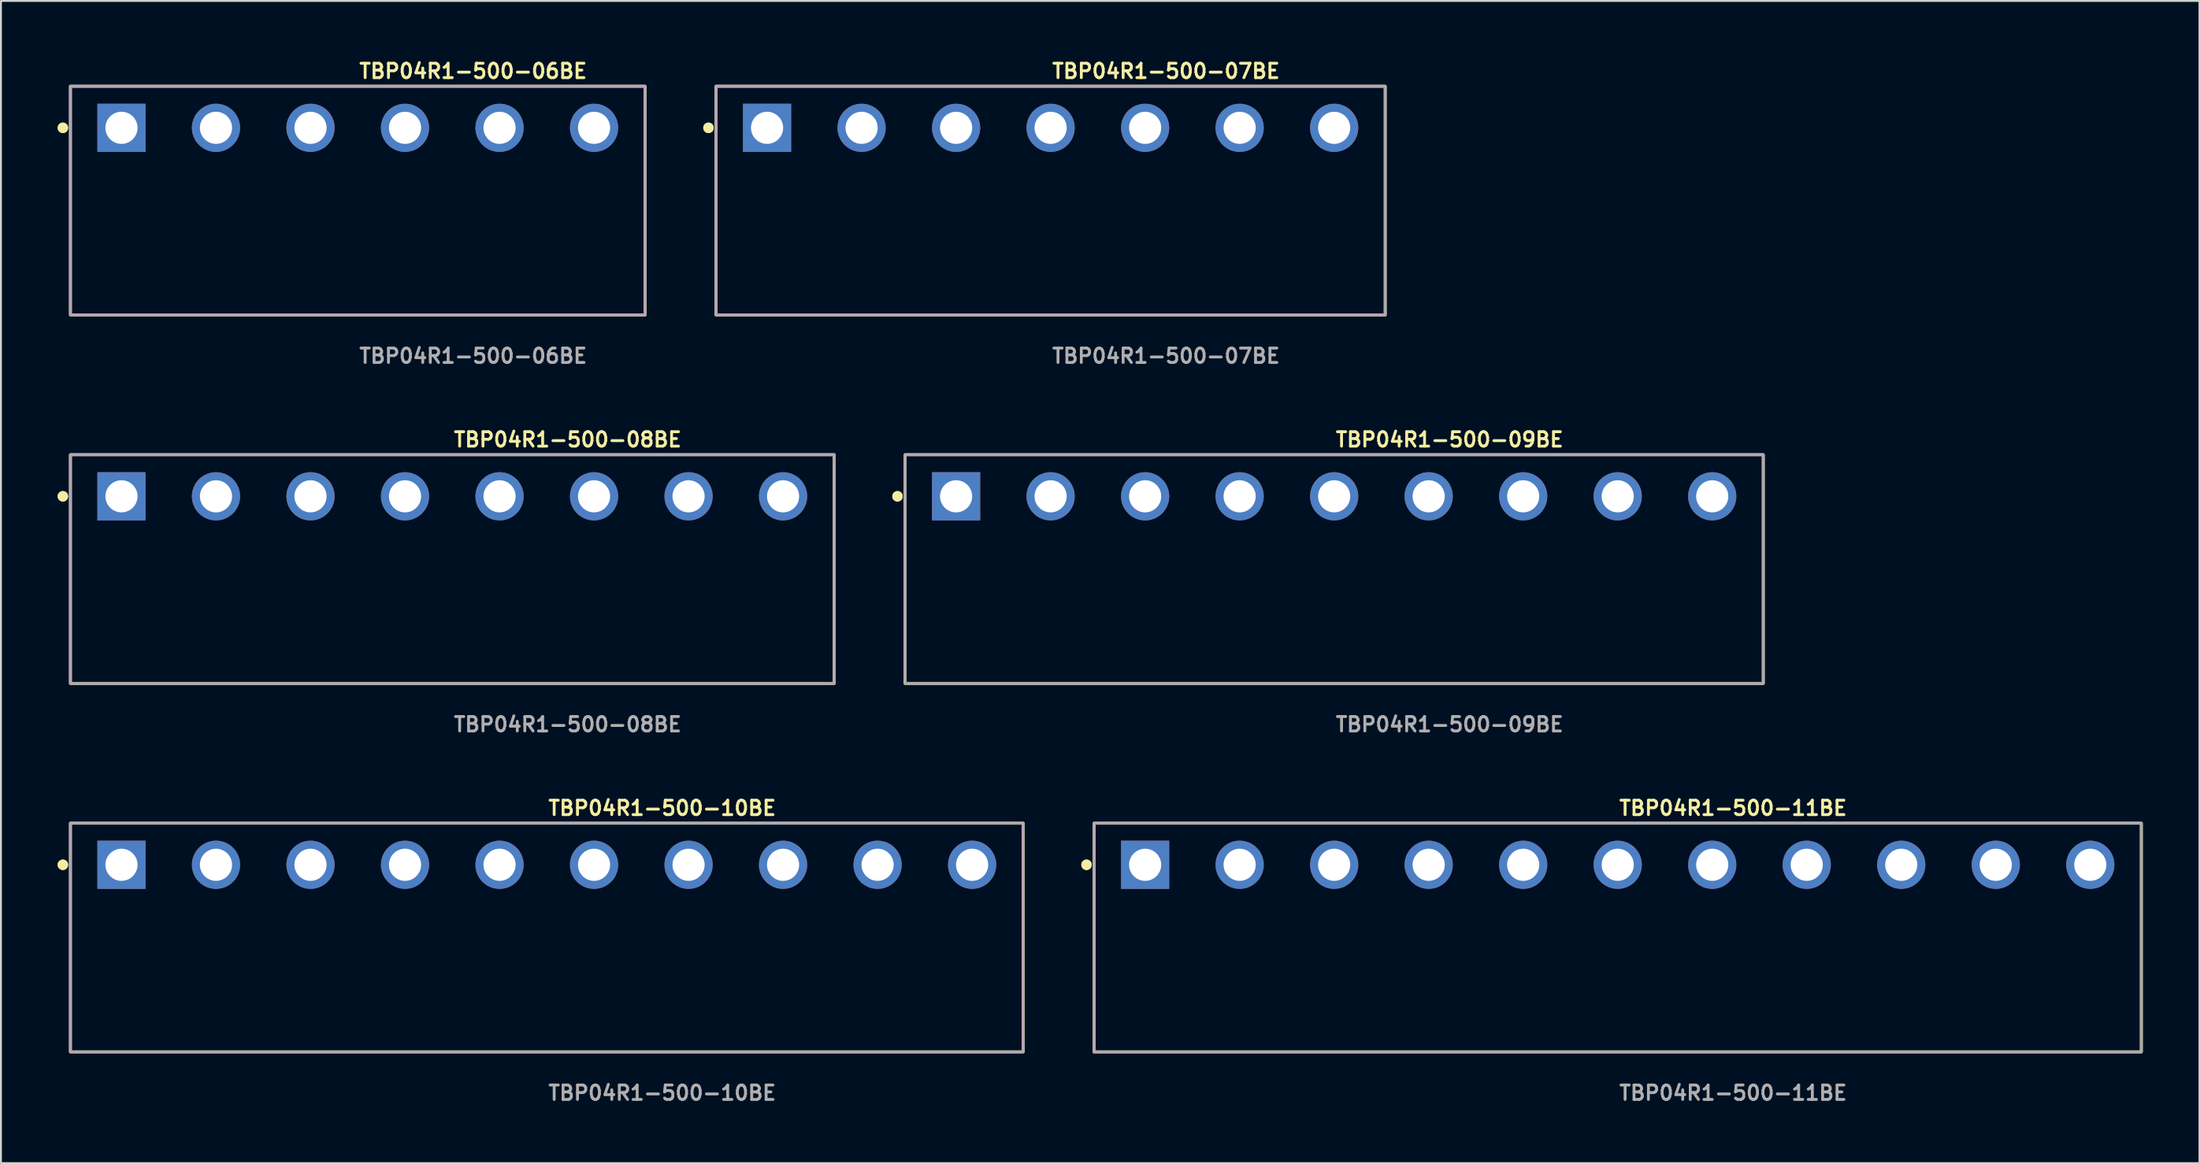
<source format=kicad_pcb>
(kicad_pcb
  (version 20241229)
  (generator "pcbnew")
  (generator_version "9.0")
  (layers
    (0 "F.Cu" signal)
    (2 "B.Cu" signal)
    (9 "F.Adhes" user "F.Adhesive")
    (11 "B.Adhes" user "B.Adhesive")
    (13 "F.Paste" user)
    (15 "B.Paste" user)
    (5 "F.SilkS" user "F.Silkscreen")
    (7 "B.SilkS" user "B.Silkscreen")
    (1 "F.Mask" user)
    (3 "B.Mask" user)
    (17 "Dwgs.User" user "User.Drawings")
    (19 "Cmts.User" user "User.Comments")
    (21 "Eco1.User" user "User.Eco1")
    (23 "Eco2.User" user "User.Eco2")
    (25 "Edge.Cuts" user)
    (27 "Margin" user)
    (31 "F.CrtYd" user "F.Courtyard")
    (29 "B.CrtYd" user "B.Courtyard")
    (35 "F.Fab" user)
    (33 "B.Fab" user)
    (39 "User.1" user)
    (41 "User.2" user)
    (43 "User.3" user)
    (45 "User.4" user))
  (footprint "TBP04R1-500-10BE"
    (layer "F.Cu")
    (at 25.876 42.706)
    (property "Reference" "TBP04R1-500-10BE" (at 0 -3 0) (unlocked yes) (layer "F.SilkS") (effects (font (size 0.762 0.762) (thickness 0.152)) (justify left)))
    (fp_rect (start -25.2 9.9) (end 25.2 -2.2) (stroke (width 0.152) (type solid)) (fill no) (layer "F.SilkS"))
    (fp_circle (center -25.6 0) (end -25.8 0) (stroke (width 0.152) (type solid)) (fill yes) (layer "F.SilkS"))
    (fp_circle (center -25.6 0) (end -25.8 0) (stroke (width 0.152) (type solid)) (fill yes) (layer "F.SilkS"))
    (fp_rect (start -25.2 9.9) (end 25.2 -2.2) (stroke (width 0.006) (type solid)) (fill no) (layer "F.CrtYd"))
    (fp_rect (start -25.2 9.9) (end 25.2 -2.2) (stroke (width 0.152) (type solid)) (fill no) (layer "F.Fab"))
    (fp_text user "${REFERENCE}" (at 0 12.07 0) (unlocked yes) (layer "F.Fab") (effects (font (size 0.762 0.762) (thickness 0.152)) (justify left)))
    (pad "1" thru_hole rect (at -22.5 0) (size 2.55 2.55) (drill 1.7) (layers "*.Cu" "*.Mask"))
    (pad "2" thru_hole circle (at -17.5 0) (size 2.55 2.55) (drill 1.7) (layers "*.Cu" "*.Mask"))
    (pad "3" thru_hole circle (at -12.5 0) (size 2.55 2.55) (drill 1.7) (layers "*.Cu" "*.Mask"))
    (pad "4" thru_hole circle (at -7.5 0) (size 2.55 2.55) (drill 1.7) (layers "*.Cu" "*.Mask"))
    (pad "5" thru_hole circle (at -2.5 0) (size 2.55 2.55) (drill 1.7) (layers "*.Cu" "*.Mask"))
    (pad "6" thru_hole circle (at 2.5 0) (size 2.55 2.55) (drill 1.7) (layers "*.Cu" "*.Mask"))
    (pad "7" thru_hole circle (at 7.5 0) (size 2.55 2.55) (drill 1.7) (layers "*.Cu" "*.Mask"))
    (pad "8" thru_hole circle (at 12.5 0) (size 2.55 2.55) (drill 1.7) (layers "*.Cu" "*.Mask"))
    (pad "9" thru_hole circle (at 17.5 0) (size 2.55 2.55) (drill 1.7) (layers "*.Cu" "*.Mask"))
    (pad "10" thru_hole circle (at 22.5 0) (size 2.55 2.55) (drill 1.7) (layers "*.Cu" "*.Mask")))
  (footprint "TBP04R1-500-09BE"
    (layer "F.Cu")
    (at 67.529 23.21)
    (property "Reference" "TBP04R1-500-09BE" (at 0 -3 0) (unlocked yes) (layer "F.SilkS") (effects (font (size 0.762 0.762) (thickness 0.152)) (justify left)))
    (fp_rect (start -22.7 9.9) (end 22.7 -2.2) (stroke (width 0.152) (type solid)) (fill no) (layer "F.SilkS"))
    (fp_circle (center -23.1 0) (end -23.3 0) (stroke (width 0.152) (type solid)) (fill yes) (layer "F.SilkS"))
    (fp_circle (center -23.1 0) (end -23.3 0) (stroke (width 0.152) (type solid)) (fill yes) (layer "F.SilkS"))
    (fp_rect (start -22.7 9.9) (end 22.7 -2.2) (stroke (width 0.006) (type solid)) (fill no) (layer "F.CrtYd"))
    (fp_rect (start -22.7 9.9) (end 22.7 -2.2) (stroke (width 0.152) (type solid)) (fill no) (layer "F.Fab"))
    (fp_text user "${REFERENCE}" (at 0 12.07 0) (unlocked yes) (layer "F.Fab") (effects (font (size 0.762 0.762) (thickness 0.152)) (justify left)))
    (pad "1" thru_hole rect (at -20 0) (size 2.55 2.55) (drill 1.7) (layers "*.Cu" "*.Mask"))
    (pad "2" thru_hole circle (at -15 0) (size 2.55 2.55) (drill 1.7) (layers "*.Cu" "*.Mask"))
    (pad "3" thru_hole circle (at -10 0) (size 2.55 2.55) (drill 1.7) (layers "*.Cu" "*.Mask"))
    (pad "4" thru_hole circle (at -5 0) (size 2.55 2.55) (drill 1.7) (layers "*.Cu" "*.Mask"))
    (pad "5" thru_hole circle (at 0 0) (size 2.55 2.55) (drill 1.7) (layers "*.Cu" "*.Mask"))
    (pad "6" thru_hole circle (at 5 0) (size 2.55 2.55) (drill 1.7) (layers "*.Cu" "*.Mask"))
    (pad "7" thru_hole circle (at 10 0) (size 2.55 2.55) (drill 1.7) (layers "*.Cu" "*.Mask"))
    (pad "8" thru_hole circle (at 15 0) (size 2.55 2.55) (drill 1.7) (layers "*.Cu" "*.Mask"))
    (pad "9" thru_hole circle (at 20 0) (size 2.55 2.55) (drill 1.7) (layers "*.Cu" "*.Mask")))
  (footprint "TBP04R1-500-07BE"
    (layer "F.Cu")
    (at 52.529 3.713)
    (property "Reference" "TBP04R1-500-07BE" (at 0 -3 0) (unlocked yes) (layer "F.SilkS") (effects (font (size 0.762 0.762) (thickness 0.152)) (justify left)))
    (fp_rect (start -17.7 9.9) (end 17.7 -2.2) (stroke (width 0.152) (type solid)) (fill no) (layer "F.SilkS"))
    (fp_circle (center -18.1 0) (end -18.3 0) (stroke (width 0.152) (type solid)) (fill yes) (layer "F.SilkS"))
    (fp_circle (center -18.1 0) (end -18.3 0) (stroke (width 0.152) (type solid)) (fill yes) (layer "F.SilkS"))
    (fp_rect (start -17.7 9.9) (end 17.7 -2.2) (stroke (width 0.006) (type solid)) (fill no) (layer "F.CrtYd"))
    (fp_rect (start -17.7 9.9) (end 17.7 -2.2) (stroke (width 0.152) (type solid)) (fill no) (layer "F.Fab"))
    (fp_text user "${REFERENCE}" (at 0 12.07 0) (unlocked yes) (layer "F.Fab") (effects (font (size 0.762 0.762) (thickness 0.152)) (justify left)))
    (pad "1" thru_hole rect (at -15 0) (size 2.55 2.55) (drill 1.7) (layers "*.Cu" "*.Mask"))
    (pad "2" thru_hole circle (at -10 0) (size 2.55 2.55) (drill 1.7) (layers "*.Cu" "*.Mask"))
    (pad "3" thru_hole circle (at -5 0) (size 2.55 2.55) (drill 1.7) (layers "*.Cu" "*.Mask"))
    (pad "4" thru_hole circle (at 0 0) (size 2.55 2.55) (drill 1.7) (layers "*.Cu" "*.Mask"))
    (pad "5" thru_hole circle (at 5 0) (size 2.55 2.55) (drill 1.7) (layers "*.Cu" "*.Mask"))
    (pad "6" thru_hole circle (at 10 0) (size 2.55 2.55) (drill 1.7) (layers "*.Cu" "*.Mask"))
    (pad "7" thru_hole circle (at 15 0) (size 2.55 2.55) (drill 1.7) (layers "*.Cu" "*.Mask")))
  (footprint "TBP04R1-500-11BE"
    (layer "F.Cu")
    (at 82.529 42.706)
    (property "Reference" "TBP04R1-500-11BE" (at 0 -3 0) (unlocked yes) (layer "F.SilkS") (effects (font (size 0.762 0.762) (thickness 0.152)) (justify left)))
    (fp_rect (start -27.7 9.9) (end 27.7 -2.2) (stroke (width 0.152) (type solid)) (fill no) (layer "F.SilkS"))
    (fp_circle (center -28.1 0) (end -28.3 0) (stroke (width 0.152) (type solid)) (fill yes) (layer "F.SilkS"))
    (fp_circle (center -28.1 0) (end -28.3 0) (stroke (width 0.152) (type solid)) (fill yes) (layer "F.SilkS"))
    (fp_rect (start -27.7 9.9) (end 27.7 -2.2) (stroke (width 0.006) (type solid)) (fill no) (layer "F.CrtYd"))
    (fp_rect (start -27.7 9.9) (end 27.7 -2.2) (stroke (width 0.152) (type solid)) (fill no) (layer "F.Fab"))
    (fp_text user "${REFERENCE}" (at 0 12.07 0) (unlocked yes) (layer "F.Fab") (effects (font (size 0.762 0.762) (thickness 0.152)) (justify left)))
    (pad "1" thru_hole rect (at -25 0) (size 2.55 2.55) (drill 1.7) (layers "*.Cu" "*.Mask"))
    (pad "2" thru_hole circle (at -20 0) (size 2.55 2.55) (drill 1.7) (layers "*.Cu" "*.Mask"))
    (pad "3" thru_hole circle (at -15 0) (size 2.55 2.55) (drill 1.7) (layers "*.Cu" "*.Mask"))
    (pad "4" thru_hole circle (at -10 0) (size 2.55 2.55) (drill 1.7) (layers "*.Cu" "*.Mask"))
    (pad "5" thru_hole circle (at -5 0) (size 2.55 2.55) (drill 1.7) (layers "*.Cu" "*.Mask"))
    (pad "6" thru_hole circle (at 0 0) (size 2.55 2.55) (drill 1.7) (layers "*.Cu" "*.Mask"))
    (pad "7" thru_hole circle (at 5 0) (size 2.55 2.55) (drill 1.7) (layers "*.Cu" "*.Mask"))
    (pad "8" thru_hole circle (at 10 0) (size 2.55 2.55) (drill 1.7) (layers "*.Cu" "*.Mask"))
    (pad "9" thru_hole circle (at 15 0) (size 2.55 2.55) (drill 1.7) (layers "*.Cu" "*.Mask"))
    (pad "10" thru_hole circle (at 20 0) (size 2.55 2.55) (drill 1.7) (layers "*.Cu" "*.Mask"))
    (pad "11" thru_hole circle (at 25 0) (size 2.55 2.55) (drill 1.7) (layers "*.Cu" "*.Mask")))
  (footprint "TBP04R1-500-08BE"
    (layer "F.Cu")
    (at 20.876 23.21)
    (property "Reference" "TBP04R1-500-08BE" (at 0 -3 0) (unlocked yes) (layer "F.SilkS") (effects (font (size 0.762 0.762) (thickness 0.152)) (justify left)))
    (fp_rect (start -20.2 9.9) (end 20.2 -2.2) (stroke (width 0.152) (type solid)) (fill no) (layer "F.SilkS"))
    (fp_circle (center -20.6 0) (end -20.8 0) (stroke (width 0.152) (type solid)) (fill yes) (layer "F.SilkS"))
    (fp_circle (center -20.6 0) (end -20.8 0) (stroke (width 0.152) (type solid)) (fill yes) (layer "F.SilkS"))
    (fp_rect (start -20.2 9.9) (end 20.2 -2.2) (stroke (width 0.006) (type solid)) (fill no) (layer "F.CrtYd"))
    (fp_rect (start -20.2 9.9) (end 20.2 -2.2) (stroke (width 0.152) (type solid)) (fill no) (layer "F.Fab"))
    (fp_text user "${REFERENCE}" (at 0 12.07 0) (unlocked yes) (layer "F.Fab") (effects (font (size 0.762 0.762) (thickness 0.152)) (justify left)))
    (pad "1" thru_hole rect (at -17.5 0) (size 2.55 2.55) (drill 1.7) (layers "*.Cu" "*.Mask"))
    (pad "2" thru_hole circle (at -12.5 0) (size 2.55 2.55) (drill 1.7) (layers "*.Cu" "*.Mask"))
    (pad "3" thru_hole circle (at -7.5 0) (size 2.55 2.55) (drill 1.7) (layers "*.Cu" "*.Mask"))
    (pad "4" thru_hole circle (at -2.5 0) (size 2.55 2.55) (drill 1.7) (layers "*.Cu" "*.Mask"))
    (pad "5" thru_hole circle (at 2.5 0) (size 2.55 2.55) (drill 1.7) (layers "*.Cu" "*.Mask"))
    (pad "6" thru_hole circle (at 7.5 0) (size 2.55 2.55) (drill 1.7) (layers "*.Cu" "*.Mask"))
    (pad "7" thru_hole circle (at 12.5 0) (size 2.55 2.55) (drill 1.7) (layers "*.Cu" "*.Mask"))
    (pad "8" thru_hole circle (at 17.5 0) (size 2.55 2.55) (drill 1.7) (layers "*.Cu" "*.Mask")))
  (footprint "TBP04R1-500-06BE"
    (layer "F.Cu")
    (at 15.876 3.713)
    (property "Reference" "TBP04R1-500-06BE" (at 0 -3 0) (unlocked yes) (layer "F.SilkS") (effects (font (size 0.762 0.762) (thickness 0.152)) (justify left)))
    (fp_rect (start -15.2 9.9) (end 15.2 -2.2) (stroke (width 0.152) (type solid)) (fill no) (layer "F.SilkS"))
    (fp_circle (center -15.6 0) (end -15.8 0) (stroke (width 0.152) (type solid)) (fill yes) (layer "F.SilkS"))
    (fp_circle (center -15.6 0) (end -15.8 0) (stroke (width 0.152) (type solid)) (fill yes) (layer "F.SilkS"))
    (fp_rect (start -15.2 9.9) (end 15.2 -2.2) (stroke (width 0.006) (type solid)) (fill no) (layer "F.CrtYd"))
    (fp_rect (start -15.2 9.9) (end 15.2 -2.2) (stroke (width 0.152) (type solid)) (fill no) (layer "F.Fab"))
    (fp_text user "${REFERENCE}" (at 0 12.07 0) (unlocked yes) (layer "F.Fab") (effects (font (size 0.762 0.762) (thickness 0.152)) (justify left)))
    (pad "1" thru_hole rect (at -12.5 0) (size 2.55 2.55) (drill 1.7) (layers "*.Cu" "*.Mask"))
    (pad "2" thru_hole circle (at -7.5 0) (size 2.55 2.55) (drill 1.7) (layers "*.Cu" "*.Mask"))
    (pad "3" thru_hole circle (at -2.5 0) (size 2.55 2.55) (drill 1.7) (layers "*.Cu" "*.Mask"))
    (pad "4" thru_hole circle (at 2.5 0) (size 2.55 2.55) (drill 1.7) (layers "*.Cu" "*.Mask"))
    (pad "5" thru_hole circle (at 7.5 0) (size 2.55 2.55) (drill 1.7) (layers "*.Cu" "*.Mask"))
    (pad "6" thru_hole circle (at 12.5 0) (size 2.55 2.55) (drill 1.7) (layers "*.Cu" "*.Mask")))
  (gr_rect
    (start -3 -3)
    (end 113.305 58.489)
    (stroke (width 0.1) (type default))
    (fill no)
    (layer "Edge.Cuts")))
</source>
